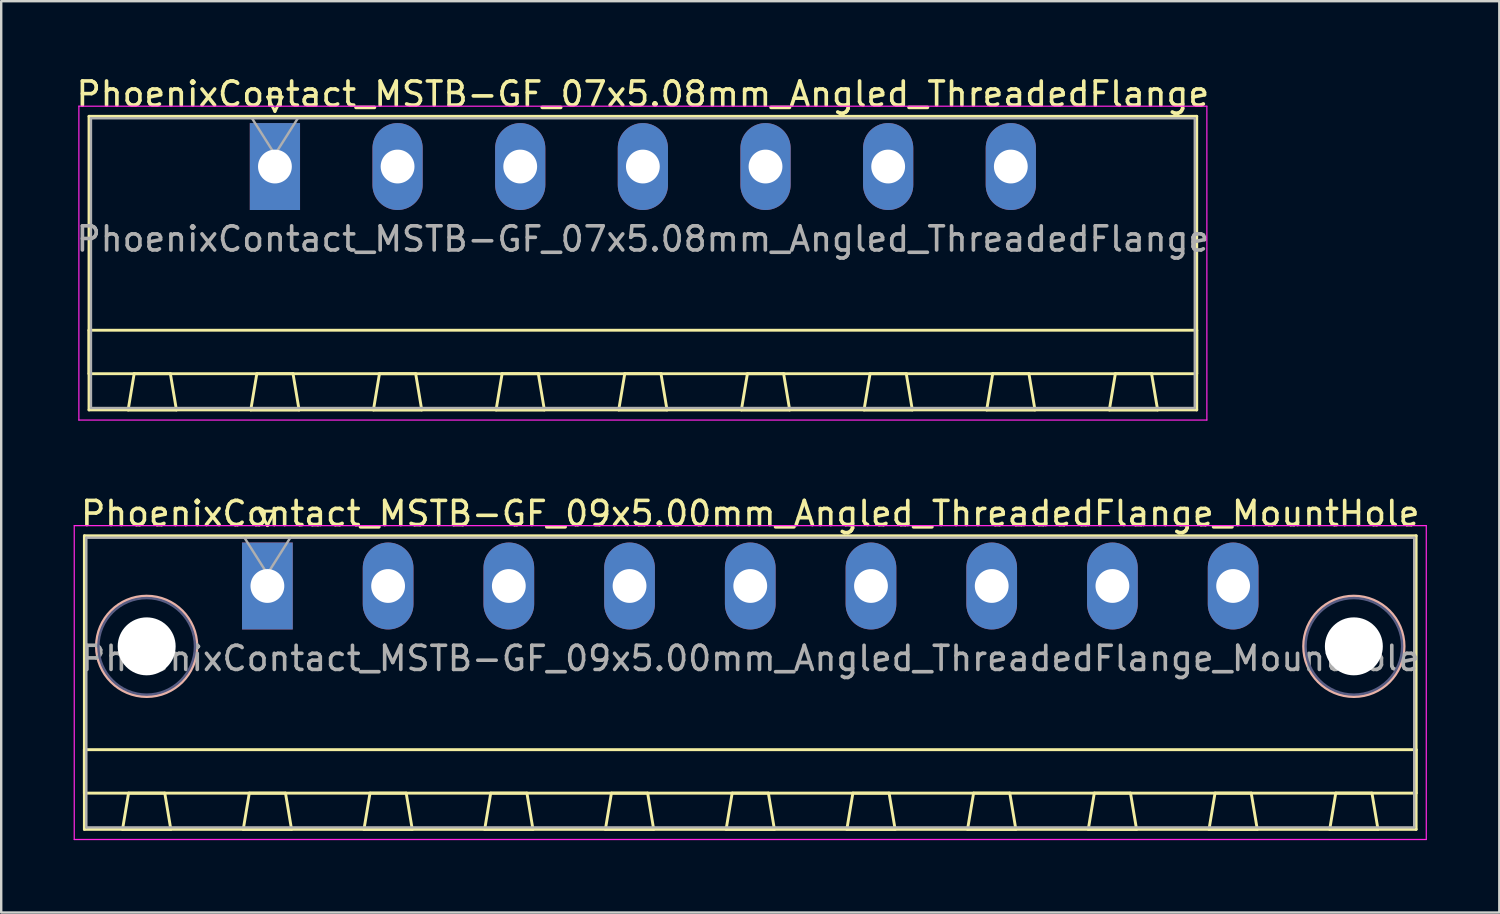
<source format=kicad_pcb>
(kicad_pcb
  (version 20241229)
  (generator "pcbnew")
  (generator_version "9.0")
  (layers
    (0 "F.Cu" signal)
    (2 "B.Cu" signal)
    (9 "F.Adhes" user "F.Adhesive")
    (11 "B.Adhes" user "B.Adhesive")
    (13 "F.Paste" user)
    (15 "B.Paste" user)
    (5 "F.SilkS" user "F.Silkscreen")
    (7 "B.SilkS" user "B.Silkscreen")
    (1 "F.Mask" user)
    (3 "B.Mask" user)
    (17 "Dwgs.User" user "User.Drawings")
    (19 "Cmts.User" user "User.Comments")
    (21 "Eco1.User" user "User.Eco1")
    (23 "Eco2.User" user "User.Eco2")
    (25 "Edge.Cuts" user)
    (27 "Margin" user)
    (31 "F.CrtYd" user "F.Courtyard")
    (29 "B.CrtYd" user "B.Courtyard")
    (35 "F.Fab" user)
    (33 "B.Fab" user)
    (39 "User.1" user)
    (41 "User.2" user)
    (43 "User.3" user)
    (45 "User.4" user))
  (footprint "PhoenixContact_MSTB-GF_09x5.00mm_Angled_ThreadedFlange_MountHole"
    (layer "F.Cu")
    (at 8.025 21.221)
    (property "Reference" "PhoenixContact_MSTB-GF_09x5.00mm_Angled_ThreadedFlange_MountHole" (at 20 -3 0) (layer "F.SilkS") (effects (font (size 1 1) (thickness 0.15))))
    (attr through_hole)
    (fp_line (start -7.58 -2.08) (end -7.58 10.08) (stroke (width 0.12) (type solid)) (layer "F.SilkS"))
    (fp_line (start -7.58 6.78) (end 47.58 6.78) (stroke (width 0.12) (type solid)) (layer "F.SilkS"))
    (fp_line (start -7.58 8.58) (end -7.58 6.78) (stroke (width 0.12) (type solid)) (layer "F.SilkS"))
    (fp_line (start -7.58 10.08) (end 47.58 10.08) (stroke (width 0.12) (type solid)) (layer "F.SilkS"))
    (fp_line (start -6 10.08) (end -4 10.08) (stroke (width 0.12) (type solid)) (layer "F.SilkS"))
    (fp_line (start -5.75 8.58) (end -6 10.08) (stroke (width 0.12) (type solid)) (layer "F.SilkS"))
    (fp_line (start -4.25 8.58) (end -5.75 8.58) (stroke (width 0.12) (type solid)) (layer "F.SilkS"))
    (fp_line (start -4 10.08) (end -4.25 8.58) (stroke (width 0.12) (type solid)) (layer "F.SilkS"))
    (fp_line (start -1 10.08) (end 1 10.08) (stroke (width 0.12) (type solid)) (layer "F.SilkS"))
    (fp_line (start -0.75 8.58) (end -1 10.08) (stroke (width 0.12) (type solid)) (layer "F.SilkS"))
    (fp_line (start -0.3 -3.1) (end 0.3 -3.1) (stroke (width 0.12) (type solid)) (layer "F.SilkS"))
    (fp_line (start 0 -2.5) (end -0.3 -3.1) (stroke (width 0.12) (type solid)) (layer "F.SilkS"))
    (fp_line (start 0.3 -3.1) (end 0 -2.5) (stroke (width 0.12) (type solid)) (layer "F.SilkS"))
    (fp_line (start 0.75 8.58) (end -0.75 8.58) (stroke (width 0.12) (type solid)) (layer "F.SilkS"))
    (fp_line (start 1 10.08) (end 0.75 8.58) (stroke (width 0.12) (type solid)) (layer "F.SilkS"))
    (fp_line (start 4 10.08) (end 6 10.08) (stroke (width 0.12) (type solid)) (layer "F.SilkS"))
    (fp_line (start 4.25 8.58) (end 4 10.08) (stroke (width 0.12) (type solid)) (layer "F.SilkS"))
    (fp_line (start 5.75 8.58) (end 4.25 8.58) (stroke (width 0.12) (type solid)) (layer "F.SilkS"))
    (fp_line (start 6 10.08) (end 5.75 8.58) (stroke (width 0.12) (type solid)) (layer "F.SilkS"))
    (fp_line (start 9 10.08) (end 11 10.08) (stroke (width 0.12) (type solid)) (layer "F.SilkS"))
    (fp_line (start 9.25 8.58) (end 9 10.08) (stroke (width 0.12) (type solid)) (layer "F.SilkS"))
    (fp_line (start 10.75 8.58) (end 9.25 8.58) (stroke (width 0.12) (type solid)) (layer "F.SilkS"))
    (fp_line (start 11 10.08) (end 10.75 8.58) (stroke (width 0.12) (type solid)) (layer "F.SilkS"))
    (fp_line (start 14 10.08) (end 16 10.08) (stroke (width 0.12) (type solid)) (layer "F.SilkS"))
    (fp_line (start 14.25 8.58) (end 14 10.08) (stroke (width 0.12) (type solid)) (layer "F.SilkS"))
    (fp_line (start 15.75 8.58) (end 14.25 8.58) (stroke (width 0.12) (type solid)) (layer "F.SilkS"))
    (fp_line (start 16 10.08) (end 15.75 8.58) (stroke (width 0.12) (type solid)) (layer "F.SilkS"))
    (fp_line (start 19 10.08) (end 21 10.08) (stroke (width 0.12) (type solid)) (layer "F.SilkS"))
    (fp_line (start 19.25 8.58) (end 19 10.08) (stroke (width 0.12) (type solid)) (layer "F.SilkS"))
    (fp_line (start 20.75 8.58) (end 19.25 8.58) (stroke (width 0.12) (type solid)) (layer "F.SilkS"))
    (fp_line (start 21 10.08) (end 20.75 8.58) (stroke (width 0.12) (type solid)) (layer "F.SilkS"))
    (fp_line (start 24 10.08) (end 26 10.08) (stroke (width 0.12) (type solid)) (layer "F.SilkS"))
    (fp_line (start 24.25 8.58) (end 24 10.08) (stroke (width 0.12) (type solid)) (layer "F.SilkS"))
    (fp_line (start 25.75 8.58) (end 24.25 8.58) (stroke (width 0.12) (type solid)) (layer "F.SilkS"))
    (fp_line (start 26 10.08) (end 25.75 8.58) (stroke (width 0.12) (type solid)) (layer "F.SilkS"))
    (fp_line (start 29 10.08) (end 31 10.08) (stroke (width 0.12) (type solid)) (layer "F.SilkS"))
    (fp_line (start 29.25 8.58) (end 29 10.08) (stroke (width 0.12) (type solid)) (layer "F.SilkS"))
    (fp_line (start 30.75 8.58) (end 29.25 8.58) (stroke (width 0.12) (type solid)) (layer "F.SilkS"))
    (fp_line (start 31 10.08) (end 30.75 8.58) (stroke (width 0.12) (type solid)) (layer "F.SilkS"))
    (fp_line (start 34 10.08) (end 36 10.08) (stroke (width 0.12) (type solid)) (layer "F.SilkS"))
    (fp_line (start 34.25 8.58) (end 34 10.08) (stroke (width 0.12) (type solid)) (layer "F.SilkS"))
    (fp_line (start 35.75 8.58) (end 34.25 8.58) (stroke (width 0.12) (type solid)) (layer "F.SilkS"))
    (fp_line (start 36 10.08) (end 35.75 8.58) (stroke (width 0.12) (type solid)) (layer "F.SilkS"))
    (fp_line (start 39 10.08) (end 41 10.08) (stroke (width 0.12) (type solid)) (layer "F.SilkS"))
    (fp_line (start 39.25 8.58) (end 39 10.08) (stroke (width 0.12) (type solid)) (layer "F.SilkS"))
    (fp_line (start 40.75 8.58) (end 39.25 8.58) (stroke (width 0.12) (type solid)) (layer "F.SilkS"))
    (fp_line (start 41 10.08) (end 40.75 8.58) (stroke (width 0.12) (type solid)) (layer "F.SilkS"))
    (fp_line (start 44 10.08) (end 46 10.08) (stroke (width 0.12) (type solid)) (layer "F.SilkS"))
    (fp_line (start 44.25 8.58) (end 44 10.08) (stroke (width 0.12) (type solid)) (layer "F.SilkS"))
    (fp_line (start 45.75 8.58) (end 44.25 8.58) (stroke (width 0.12) (type solid)) (layer "F.SilkS"))
    (fp_line (start 46 10.08) (end 45.75 8.58) (stroke (width 0.12) (type solid)) (layer "F.SilkS"))
    (fp_line (start 47.58 -2.08) (end -7.58 -2.08) (stroke (width 0.12) (type solid)) (layer "F.SilkS"))
    (fp_line (start 47.58 6.78) (end 47.58 8.58) (stroke (width 0.12) (type solid)) (layer "F.SilkS"))
    (fp_line (start 47.58 8.58) (end -7.58 8.58) (stroke (width 0.12) (type solid)) (layer "F.SilkS"))
    (fp_line (start 47.58 10.08) (end 47.58 -2.08) (stroke (width 0.12) (type solid)) (layer "F.SilkS"))
    (fp_circle (center -5 2.5) (end -2.92 2.5) (stroke (width 0.12) (type solid)) (fill no) (layer "B.SilkS"))
    (fp_circle (center 45 2.5) (end 47.08 2.5) (stroke (width 0.12) (type solid)) (fill no) (layer "B.SilkS"))
    (fp_line (start -8 -2.5) (end -8 10.5) (stroke (width 0.05) (type solid)) (layer "F.CrtYd"))
    (fp_line (start -8 10.5) (end 48 10.5) (stroke (width 0.05) (type solid)) (layer "F.CrtYd"))
    (fp_line (start 48 -2.5) (end -8 -2.5) (stroke (width 0.05) (type solid)) (layer "F.CrtYd"))
    (fp_line (start 48 10.5) (end 48 -2.5) (stroke (width 0.05) (type solid)) (layer "F.CrtYd"))
    (fp_circle (center -5 2.5) (end -3 2.5) (stroke (width 0.1) (type solid)) (fill no) (layer "B.Fab"))
    (fp_circle (center 45 2.5) (end 47 2.5) (stroke (width 0.1) (type solid)) (fill no) (layer "B.Fab"))
    (fp_line (start -7.5 -2) (end -7.5 10) (stroke (width 0.1) (type solid)) (layer "F.Fab"))
    (fp_line (start -7.5 10) (end 47.5 10) (stroke (width 0.1) (type solid)) (layer "F.Fab"))
    (fp_line (start 0 -0.5) (end -0.95 -2) (stroke (width 0.1) (type solid)) (layer "F.Fab"))
    (fp_line (start 0.95 -2) (end 0 -0.5) (stroke (width 0.1) (type solid)) (layer "F.Fab"))
    (fp_line (start 47.5 -2) (end -7.5 -2) (stroke (width 0.1) (type solid)) (layer "F.Fab"))
    (fp_line (start 47.5 10) (end 47.5 -2) (stroke (width 0.1) (type solid)) (layer "F.Fab"))
    (fp_text user "${REFERENCE}" (at 20 3 0) (layer "F.Fab") (effects (font (size 1 1) (thickness 0.15))))
    (pad "" np_thru_hole circle (at -5 2.5) (size 2.4 2.4) (drill 2.4) (layers "*.Cu" "*.Mask"))
    (pad "" np_thru_hole circle (at 45 2.5) (size 2.4 2.4) (drill 2.4) (layers "*.Cu" "*.Mask"))
    (pad "1" thru_hole rect (at 0 0) (size 2.1 3.6) (drill 1.4) (layers "*.Cu" "*.Mask"))
    (pad "2" thru_hole oval (at 5 0) (size 2.1 3.6) (drill 1.4) (layers "*.Cu" "*.Mask"))
    (pad "3" thru_hole oval (at 10 0) (size 2.1 3.6) (drill 1.4) (layers "*.Cu" "*.Mask"))
    (pad "4" thru_hole oval (at 15 0) (size 2.1 3.6) (drill 1.4) (layers "*.Cu" "*.Mask"))
    (pad "5" thru_hole oval (at 20 0) (size 2.1 3.6) (drill 1.4) (layers "*.Cu" "*.Mask"))
    (pad "6" thru_hole oval (at 25 0) (size 2.1 3.6) (drill 1.4) (layers "*.Cu" "*.Mask"))
    (pad "7" thru_hole oval (at 30 0) (size 2.1 3.6) (drill 1.4) (layers "*.Cu" "*.Mask"))
    (pad "8" thru_hole oval (at 35 0) (size 2.1 3.6) (drill 1.4) (layers "*.Cu" "*.Mask"))
    (pad "9" thru_hole oval (at 40 0) (size 2.1 3.6) (drill 1.4) (layers "*.Cu" "*.Mask")))
  (footprint "PhoenixContact_MSTB-GF_07x5.08mm_Angled_ThreadedFlange"
    (layer "F.Cu")
    (at 8.337 3.848)
    (property "Reference" "PhoenixContact_MSTB-GF_07x5.08mm_Angled_ThreadedFlange" (at 15.24 -3 0) (layer "F.SilkS") (effects (font (size 1 1) (thickness 0.15))))
    (attr through_hole)
    (fp_line (start -7.7 -2.08) (end -7.7 10.08) (stroke (width 0.12) (type solid)) (layer "F.SilkS"))
    (fp_line (start -7.7 6.78) (end 38.18 6.78) (stroke (width 0.12) (type solid)) (layer "F.SilkS"))
    (fp_line (start -7.7 8.58) (end -7.7 6.78) (stroke (width 0.12) (type solid)) (layer "F.SilkS"))
    (fp_line (start -7.7 10.08) (end 38.18 10.08) (stroke (width 0.12) (type solid)) (layer "F.SilkS"))
    (fp_line (start -6.08 10.08) (end -4.08 10.08) (stroke (width 0.12) (type solid)) (layer "F.SilkS"))
    (fp_line (start -5.83 8.58) (end -6.08 10.08) (stroke (width 0.12) (type solid)) (layer "F.SilkS"))
    (fp_line (start -4.33 8.58) (end -5.83 8.58) (stroke (width 0.12) (type solid)) (layer "F.SilkS"))
    (fp_line (start -4.08 10.08) (end -4.33 8.58) (stroke (width 0.12) (type solid)) (layer "F.SilkS"))
    (fp_line (start -1 10.08) (end 1 10.08) (stroke (width 0.12) (type solid)) (layer "F.SilkS"))
    (fp_line (start -0.75 8.58) (end -1 10.08) (stroke (width 0.12) (type solid)) (layer "F.SilkS"))
    (fp_line (start -0.3 -2.88) (end 0.3 -2.88) (stroke (width 0.12) (type solid)) (layer "F.SilkS"))
    (fp_line (start 0 -2.28) (end -0.3 -2.88) (stroke (width 0.12) (type solid)) (layer "F.SilkS"))
    (fp_line (start 0.3 -2.88) (end 0 -2.28) (stroke (width 0.12) (type solid)) (layer "F.SilkS"))
    (fp_line (start 0.75 8.58) (end -0.75 8.58) (stroke (width 0.12) (type solid)) (layer "F.SilkS"))
    (fp_line (start 1 10.08) (end 0.75 8.58) (stroke (width 0.12) (type solid)) (layer "F.SilkS"))
    (fp_line (start 4.08 10.08) (end 6.08 10.08) (stroke (width 0.12) (type solid)) (layer "F.SilkS"))
    (fp_line (start 4.33 8.58) (end 4.08 10.08) (stroke (width 0.12) (type solid)) (layer "F.SilkS"))
    (fp_line (start 5.83 8.58) (end 4.33 8.58) (stroke (width 0.12) (type solid)) (layer "F.SilkS"))
    (fp_line (start 6.08 10.08) (end 5.83 8.58) (stroke (width 0.12) (type solid)) (layer "F.SilkS"))
    (fp_line (start 9.16 10.08) (end 11.16 10.08) (stroke (width 0.12) (type solid)) (layer "F.SilkS"))
    (fp_line (start 9.41 8.58) (end 9.16 10.08) (stroke (width 0.12) (type solid)) (layer "F.SilkS"))
    (fp_line (start 10.91 8.58) (end 9.41 8.58) (stroke (width 0.12) (type solid)) (layer "F.SilkS"))
    (fp_line (start 11.16 10.08) (end 10.91 8.58) (stroke (width 0.12) (type solid)) (layer "F.SilkS"))
    (fp_line (start 14.24 10.08) (end 16.24 10.08) (stroke (width 0.12) (type solid)) (layer "F.SilkS"))
    (fp_line (start 14.49 8.58) (end 14.24 10.08) (stroke (width 0.12) (type solid)) (layer "F.SilkS"))
    (fp_line (start 15.99 8.58) (end 14.49 8.58) (stroke (width 0.12) (type solid)) (layer "F.SilkS"))
    (fp_line (start 16.24 10.08) (end 15.99 8.58) (stroke (width 0.12) (type solid)) (layer "F.SilkS"))
    (fp_line (start 19.32 10.08) (end 21.32 10.08) (stroke (width 0.12) (type solid)) (layer "F.SilkS"))
    (fp_line (start 19.57 8.58) (end 19.32 10.08) (stroke (width 0.12) (type solid)) (layer "F.SilkS"))
    (fp_line (start 21.07 8.58) (end 19.57 8.58) (stroke (width 0.12) (type solid)) (layer "F.SilkS"))
    (fp_line (start 21.32 10.08) (end 21.07 8.58) (stroke (width 0.12) (type solid)) (layer "F.SilkS"))
    (fp_line (start 24.4 10.08) (end 26.4 10.08) (stroke (width 0.12) (type solid)) (layer "F.SilkS"))
    (fp_line (start 24.65 8.58) (end 24.4 10.08) (stroke (width 0.12) (type solid)) (layer "F.SilkS"))
    (fp_line (start 26.15 8.58) (end 24.65 8.58) (stroke (width 0.12) (type solid)) (layer "F.SilkS"))
    (fp_line (start 26.4 10.08) (end 26.15 8.58) (stroke (width 0.12) (type solid)) (layer "F.SilkS"))
    (fp_line (start 29.48 10.08) (end 31.48 10.08) (stroke (width 0.12) (type solid)) (layer "F.SilkS"))
    (fp_line (start 29.73 8.58) (end 29.48 10.08) (stroke (width 0.12) (type solid)) (layer "F.SilkS"))
    (fp_line (start 31.23 8.58) (end 29.73 8.58) (stroke (width 0.12) (type solid)) (layer "F.SilkS"))
    (fp_line (start 31.48 10.08) (end 31.23 8.58) (stroke (width 0.12) (type solid)) (layer "F.SilkS"))
    (fp_line (start 34.56 10.08) (end 36.56 10.08) (stroke (width 0.12) (type solid)) (layer "F.SilkS"))
    (fp_line (start 34.81 8.58) (end 34.56 10.08) (stroke (width 0.12) (type solid)) (layer "F.SilkS"))
    (fp_line (start 36.31 8.58) (end 34.81 8.58) (stroke (width 0.12) (type solid)) (layer "F.SilkS"))
    (fp_line (start 36.56 10.08) (end 36.31 8.58) (stroke (width 0.12) (type solid)) (layer "F.SilkS"))
    (fp_line (start 38.18 -2.08) (end -7.7 -2.08) (stroke (width 0.12) (type solid)) (layer "F.SilkS"))
    (fp_line (start 38.18 6.78) (end 38.18 8.58) (stroke (width 0.12) (type solid)) (layer "F.SilkS"))
    (fp_line (start 38.18 8.58) (end -7.7 8.58) (stroke (width 0.12) (type solid)) (layer "F.SilkS"))
    (fp_line (start 38.18 10.08) (end 38.18 -2.08) (stroke (width 0.12) (type solid)) (layer "F.SilkS"))
    (fp_line (start -8.12 -2.5) (end -8.12 10.5) (stroke (width 0.05) (type solid)) (layer "F.CrtYd"))
    (fp_line (start -8.12 10.5) (end 38.6 10.5) (stroke (width 0.05) (type solid)) (layer "F.CrtYd"))
    (fp_line (start 38.6 -2.5) (end -8.12 -2.5) (stroke (width 0.05) (type solid)) (layer "F.CrtYd"))
    (fp_line (start 38.6 10.5) (end 38.6 -2.5) (stroke (width 0.05) (type solid)) (layer "F.CrtYd"))
    (fp_line (start -7.62 -2) (end -7.62 10) (stroke (width 0.1) (type solid)) (layer "F.Fab"))
    (fp_line (start -7.62 10) (end 38.1 10) (stroke (width 0.1) (type solid)) (layer "F.Fab"))
    (fp_line (start 0 -0.5) (end -0.95 -2) (stroke (width 0.1) (type solid)) (layer "F.Fab"))
    (fp_line (start 0.95 -2) (end 0 -0.5) (stroke (width 0.1) (type solid)) (layer "F.Fab"))
    (fp_line (start 38.1 -2) (end -7.62 -2) (stroke (width 0.1) (type solid)) (layer "F.Fab"))
    (fp_line (start 38.1 10) (end 38.1 -2) (stroke (width 0.1) (type solid)) (layer "F.Fab"))
    (fp_text user "${REFERENCE}" (at 15.24 3 0) (layer "F.Fab") (effects (font (size 1 1) (thickness 0.15))))
    (pad "1" thru_hole rect (at 0 0) (size 2.08 3.6) (drill 1.4) (layers "*.Cu" "*.Mask"))
    (pad "2" thru_hole oval (at 5.08 0) (size 2.08 3.6) (drill 1.4) (layers "*.Cu" "*.Mask"))
    (pad "3" thru_hole oval (at 10.16 0) (size 2.08 3.6) (drill 1.4) (layers "*.Cu" "*.Mask"))
    (pad "4" thru_hole oval (at 15.24 0) (size 2.08 3.6) (drill 1.4) (layers "*.Cu" "*.Mask"))
    (pad "5" thru_hole oval (at 20.32 0) (size 2.08 3.6) (drill 1.4) (layers "*.Cu" "*.Mask"))
    (pad "6" thru_hole oval (at 25.4 0) (size 2.08 3.6) (drill 1.4) (layers "*.Cu" "*.Mask"))
    (pad "7" thru_hole oval (at 30.48 0) (size 2.08 3.6) (drill 1.4) (layers "*.Cu" "*.Mask")))
  (gr_rect
    (start -3 -3)
    (end 59.05 34.746)
    (stroke (width 0.1) (type default))
    (fill no)
    (layer "Edge.Cuts")))
</source>
